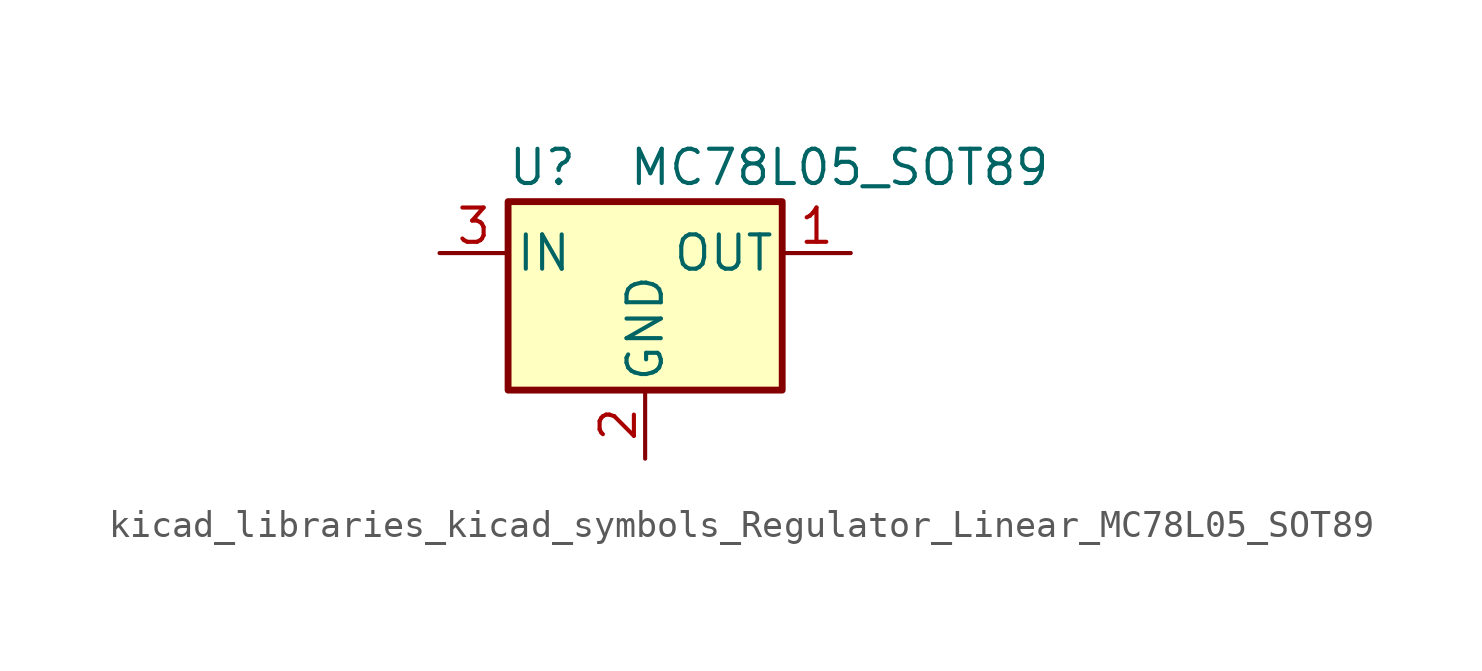
<source format=kicad_sym>
(kicad_symbol_lib
  (version 20220914)
  (generator kicad_symbol_editor)
  (symbol "kicad_libraries_kicad_symbols_Regulator_Linear_MC78L05_SOT89"
    (pin_names
      (offset 0.254))
    (property "Reference" "U"
      (at -3.81 3.175 0)
      (effects (font (size 1.27 1.27))))
    (property "Value" "MC78L05_SOT89"
      (at -0.635 3.175 0)
      (effects (font (size 1.27 1.27)) (justify left)))
    (symbol "kicad_libraries_kicad_symbols_Regulator_Linear_MC78L05_SOT89_0_1"
      (rectangle (start -5.08 1.905) (end 5.08 -5.08) (stroke (width 0.254) (type default)) (fill (type background))))
    (symbol "kicad_libraries_kicad_symbols_Regulator_Linear_MC78L05_SOT89_1_1"
      (pin power_out line (at 7.62 0 180) (length 2.54) (name "OUT" (effects (font (size 1.27 1.27)))) (number "1" (effects (font (size 1.27 1.27)))))
      (pin power_in line (at 0 -7.62 90) (length 2.54) (name "GND" (effects (font (size 1.27 1.27)))) (number "2" (effects (font (size 1.27 1.27)))))
      (pin power_in line (at -7.62 0 0) (length 2.54) (name "IN" (effects (font (size 1.27 1.27)))) (number "3" (effects (font (size 1.27 1.27))))))))
</source>
